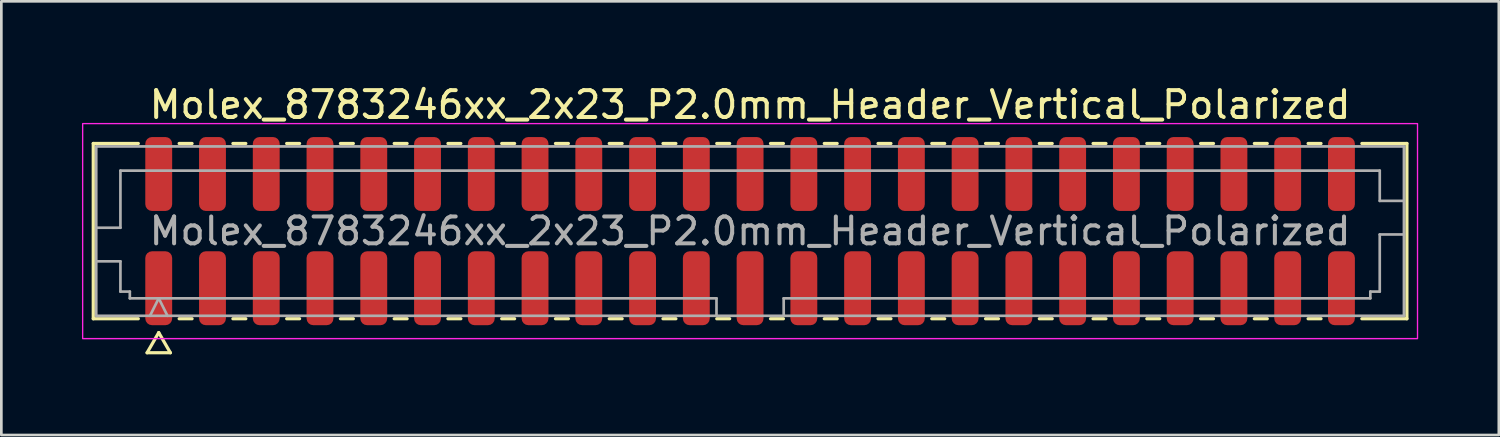
<source format=kicad_pcb>
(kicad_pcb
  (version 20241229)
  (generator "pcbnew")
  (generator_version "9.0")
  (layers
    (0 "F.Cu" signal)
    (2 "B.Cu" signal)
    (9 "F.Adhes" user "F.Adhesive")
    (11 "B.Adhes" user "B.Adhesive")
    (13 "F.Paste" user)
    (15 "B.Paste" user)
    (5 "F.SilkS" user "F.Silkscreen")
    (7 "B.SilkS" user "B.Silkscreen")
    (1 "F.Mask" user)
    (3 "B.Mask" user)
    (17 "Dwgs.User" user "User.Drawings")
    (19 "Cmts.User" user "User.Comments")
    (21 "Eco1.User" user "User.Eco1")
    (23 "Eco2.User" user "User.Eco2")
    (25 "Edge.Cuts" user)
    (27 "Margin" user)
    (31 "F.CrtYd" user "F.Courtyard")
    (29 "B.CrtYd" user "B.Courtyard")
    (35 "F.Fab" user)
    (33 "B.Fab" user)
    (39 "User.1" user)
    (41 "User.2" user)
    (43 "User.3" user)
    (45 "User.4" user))
  (footprint "Molex_8783246xx_2x23_P2.0mm_Header_Vertical_Polarized"
    (layer "F.Cu")
    (at 24.855 5.548)
    (property "Reference" "Molex_8783246xx_2x23_P2.0mm_Header_Vertical_Polarized" (at 0 -4.7 0) (layer "F.SilkS") (effects (font (size 1 1) (thickness 0.15))))
    (attr smd)
    (fp_line (start -24.435 -3.26) (end -22.76 -3.26) (stroke (width 0.12) (type solid)) (layer "F.SilkS"))
    (fp_line (start -24.435 3.26) (end -24.435 -3.26) (stroke (width 0.12) (type solid)) (layer "F.SilkS"))
    (fp_line (start -22.76 3.26) (end -24.435 3.26) (stroke (width 0.12) (type solid)) (layer "F.SilkS"))
    (fp_line (start -22.433 4.525) (end -22 3.775) (stroke (width 0.12) (type solid)) (layer "F.SilkS"))
    (fp_line (start -22 3.775) (end -21.567 4.525) (stroke (width 0.12) (type solid)) (layer "F.SilkS"))
    (fp_line (start -21.567 4.525) (end -22.433 4.525) (stroke (width 0.12) (type solid)) (layer "F.SilkS"))
    (fp_line (start -21.24 -3.26) (end -20.76 -3.26) (stroke (width 0.12) (type solid)) (layer "F.SilkS"))
    (fp_line (start -20.76 3.26) (end -21.24 3.26) (stroke (width 0.12) (type solid)) (layer "F.SilkS"))
    (fp_line (start -19.24 -3.26) (end -18.76 -3.26) (stroke (width 0.12) (type solid)) (layer "F.SilkS"))
    (fp_line (start -18.76 3.26) (end -19.24 3.26) (stroke (width 0.12) (type solid)) (layer "F.SilkS"))
    (fp_line (start -17.24 -3.26) (end -16.76 -3.26) (stroke (width 0.12) (type solid)) (layer "F.SilkS"))
    (fp_line (start -16.76 3.26) (end -17.24 3.26) (stroke (width 0.12) (type solid)) (layer "F.SilkS"))
    (fp_line (start -15.24 -3.26) (end -14.76 -3.26) (stroke (width 0.12) (type solid)) (layer "F.SilkS"))
    (fp_line (start -14.76 3.26) (end -15.24 3.26) (stroke (width 0.12) (type solid)) (layer "F.SilkS"))
    (fp_line (start -13.24 -3.26) (end -12.76 -3.26) (stroke (width 0.12) (type solid)) (layer "F.SilkS"))
    (fp_line (start -12.76 3.26) (end -13.24 3.26) (stroke (width 0.12) (type solid)) (layer "F.SilkS"))
    (fp_line (start -11.24 -3.26) (end -10.76 -3.26) (stroke (width 0.12) (type solid)) (layer "F.SilkS"))
    (fp_line (start -10.76 3.26) (end -11.24 3.26) (stroke (width 0.12) (type solid)) (layer "F.SilkS"))
    (fp_line (start -9.24 -3.26) (end -8.76 -3.26) (stroke (width 0.12) (type solid)) (layer "F.SilkS"))
    (fp_line (start -8.76 3.26) (end -9.24 3.26) (stroke (width 0.12) (type solid)) (layer "F.SilkS"))
    (fp_line (start -7.24 -3.26) (end -6.76 -3.26) (stroke (width 0.12) (type solid)) (layer "F.SilkS"))
    (fp_line (start -6.76 3.26) (end -7.24 3.26) (stroke (width 0.12) (type solid)) (layer "F.SilkS"))
    (fp_line (start -5.24 -3.26) (end -4.76 -3.26) (stroke (width 0.12) (type solid)) (layer "F.SilkS"))
    (fp_line (start -4.76 3.26) (end -5.24 3.26) (stroke (width 0.12) (type solid)) (layer "F.SilkS"))
    (fp_line (start -3.24 -3.26) (end -2.76 -3.26) (stroke (width 0.12) (type solid)) (layer "F.SilkS"))
    (fp_line (start -2.76 3.26) (end -3.24 3.26) (stroke (width 0.12) (type solid)) (layer "F.SilkS"))
    (fp_line (start -1.24 -3.26) (end -0.76 -3.26) (stroke (width 0.12) (type solid)) (layer "F.SilkS"))
    (fp_line (start -0.76 3.26) (end -1.24 3.26) (stroke (width 0.12) (type solid)) (layer "F.SilkS"))
    (fp_line (start 0.76 -3.26) (end 1.24 -3.26) (stroke (width 0.12) (type solid)) (layer "F.SilkS"))
    (fp_line (start 1.24 3.26) (end 0.76 3.26) (stroke (width 0.12) (type solid)) (layer "F.SilkS"))
    (fp_line (start 2.76 -3.26) (end 3.24 -3.26) (stroke (width 0.12) (type solid)) (layer "F.SilkS"))
    (fp_line (start 3.24 3.26) (end 2.76 3.26) (stroke (width 0.12) (type solid)) (layer "F.SilkS"))
    (fp_line (start 4.76 -3.26) (end 5.24 -3.26) (stroke (width 0.12) (type solid)) (layer "F.SilkS"))
    (fp_line (start 5.24 3.26) (end 4.76 3.26) (stroke (width 0.12) (type solid)) (layer "F.SilkS"))
    (fp_line (start 6.76 -3.26) (end 7.24 -3.26) (stroke (width 0.12) (type solid)) (layer "F.SilkS"))
    (fp_line (start 7.24 3.26) (end 6.76 3.26) (stroke (width 0.12) (type solid)) (layer "F.SilkS"))
    (fp_line (start 8.76 -3.26) (end 9.24 -3.26) (stroke (width 0.12) (type solid)) (layer "F.SilkS"))
    (fp_line (start 9.24 3.26) (end 8.76 3.26) (stroke (width 0.12) (type solid)) (layer "F.SilkS"))
    (fp_line (start 10.76 -3.26) (end 11.24 -3.26) (stroke (width 0.12) (type solid)) (layer "F.SilkS"))
    (fp_line (start 11.24 3.26) (end 10.76 3.26) (stroke (width 0.12) (type solid)) (layer "F.SilkS"))
    (fp_line (start 12.76 -3.26) (end 13.24 -3.26) (stroke (width 0.12) (type solid)) (layer "F.SilkS"))
    (fp_line (start 13.24 3.26) (end 12.76 3.26) (stroke (width 0.12) (type solid)) (layer "F.SilkS"))
    (fp_line (start 14.76 -3.26) (end 15.24 -3.26) (stroke (width 0.12) (type solid)) (layer "F.SilkS"))
    (fp_line (start 15.24 3.26) (end 14.76 3.26) (stroke (width 0.12) (type solid)) (layer "F.SilkS"))
    (fp_line (start 16.76 -3.26) (end 17.24 -3.26) (stroke (width 0.12) (type solid)) (layer "F.SilkS"))
    (fp_line (start 17.24 3.26) (end 16.76 3.26) (stroke (width 0.12) (type solid)) (layer "F.SilkS"))
    (fp_line (start 18.76 -3.26) (end 19.24 -3.26) (stroke (width 0.12) (type solid)) (layer "F.SilkS"))
    (fp_line (start 19.24 3.26) (end 18.76 3.26) (stroke (width 0.12) (type solid)) (layer "F.SilkS"))
    (fp_line (start 20.76 -3.26) (end 21.24 -3.26) (stroke (width 0.12) (type solid)) (layer "F.SilkS"))
    (fp_line (start 21.24 3.26) (end 20.76 3.26) (stroke (width 0.12) (type solid)) (layer "F.SilkS"))
    (fp_line (start 22.76 -3.26) (end 24.435 -3.26) (stroke (width 0.12) (type solid)) (layer "F.SilkS"))
    (fp_line (start 24.435 -3.26) (end 24.435 3.26) (stroke (width 0.12) (type solid)) (layer "F.SilkS"))
    (fp_line (start 24.435 3.26) (end 22.76 3.26) (stroke (width 0.12) (type solid)) (layer "F.SilkS"))
    (fp_rect (start -24.83 -4) (end 24.83 4) (stroke (width 0.05) (type solid)) (fill no) (layer "F.CrtYd"))
    (fp_line (start -24.325 -3.15) (end 24.325 -3.15) (stroke (width 0.1) (type solid)) (layer "F.Fab"))
    (fp_line (start -24.325 -0.125) (end -23.425 -0.125) (stroke (width 0.1) (type solid)) (layer "F.Fab"))
    (fp_line (start -24.325 1.125) (end -23.425 1.125) (stroke (width 0.1) (type solid)) (layer "F.Fab"))
    (fp_line (start -24.325 3.15) (end -24.325 -3.15) (stroke (width 0.1) (type solid)) (layer "F.Fab"))
    (fp_line (start -23.425 -2.25) (end 23.425 -2.25) (stroke (width 0.1) (type solid)) (layer "F.Fab"))
    (fp_line (start -23.425 -0.125) (end -23.425 -2.25) (stroke (width 0.1) (type solid)) (layer "F.Fab"))
    (fp_line (start -23.425 1.125) (end -23.425 2.25) (stroke (width 0.1) (type solid)) (layer "F.Fab"))
    (fp_line (start -23.425 2.25) (end -23.075 2.25) (stroke (width 0.1) (type solid)) (layer "F.Fab"))
    (fp_line (start -23.075 2.25) (end -23.075 2.5) (stroke (width 0.1) (type solid)) (layer "F.Fab"))
    (fp_line (start -23.075 2.5) (end -1.25 2.5) (stroke (width 0.1) (type solid)) (layer "F.Fab"))
    (fp_line (start -22.325 3.15) (end -22 2.5) (stroke (width 0.1) (type solid)) (layer "F.Fab"))
    (fp_line (start -22 2.5) (end -21.675 3.15) (stroke (width 0.1) (type solid)) (layer "F.Fab"))
    (fp_line (start -1.25 2.5) (end -1.25 3.15) (stroke (width 0.1) (type solid)) (layer "F.Fab"))
    (fp_line (start 1.25 2.5) (end 1.25 3.15) (stroke (width 0.1) (type solid)) (layer "F.Fab"))
    (fp_line (start 1.25 2.5) (end 23.075 2.5) (stroke (width 0.1) (type solid)) (layer "F.Fab"))
    (fp_line (start 23.075 2.25) (end 23.425 2.25) (stroke (width 0.1) (type solid)) (layer "F.Fab"))
    (fp_line (start 23.075 2.5) (end 23.075 2.25) (stroke (width 0.1) (type solid)) (layer "F.Fab"))
    (fp_line (start 23.425 -2.25) (end 23.425 -1.125) (stroke (width 0.1) (type solid)) (layer "F.Fab"))
    (fp_line (start 23.425 -1.125) (end 24.325 -1.125) (stroke (width 0.1) (type solid)) (layer "F.Fab"))
    (fp_line (start 23.425 0.125) (end 24.325 0.125) (stroke (width 0.1) (type solid)) (layer "F.Fab"))
    (fp_line (start 23.425 2.25) (end 23.425 0.125) (stroke (width 0.1) (type solid)) (layer "F.Fab"))
    (fp_line (start 24.325 -3.15) (end 24.325 3.15) (stroke (width 0.1) (type solid)) (layer "F.Fab"))
    (fp_line (start 24.325 3.15) (end -24.325 3.15) (stroke (width 0.1) (type solid)) (layer "F.Fab"))
    (fp_text user "${REFERENCE}" (at 0 0 0) (layer "F.Fab") (effects (font (size 1 1) (thickness 0.15))))
    (pad "1" smd roundrect (at -22 2.125) (size 1 2.75) (layers "F.Cu" "F.Mask" "F.Paste") (roundrect_rratio 0.25))
    (pad "2" smd roundrect (at -22 -2.125) (size 1 2.75) (layers "F.Cu" "F.Mask" "F.Paste") (roundrect_rratio 0.25))
    (pad "3" smd roundrect (at -20 2.125) (size 1 2.75) (layers "F.Cu" "F.Mask" "F.Paste") (roundrect_rratio 0.25))
    (pad "4" smd roundrect (at -20 -2.125) (size 1 2.75) (layers "F.Cu" "F.Mask" "F.Paste") (roundrect_rratio 0.25))
    (pad "5" smd roundrect (at -18 2.125) (size 1 2.75) (layers "F.Cu" "F.Mask" "F.Paste") (roundrect_rratio 0.25))
    (pad "6" smd roundrect (at -18 -2.125) (size 1 2.75) (layers "F.Cu" "F.Mask" "F.Paste") (roundrect_rratio 0.25))
    (pad "7" smd roundrect (at -16 2.125) (size 1 2.75) (layers "F.Cu" "F.Mask" "F.Paste") (roundrect_rratio 0.25))
    (pad "8" smd roundrect (at -16 -2.125) (size 1 2.75) (layers "F.Cu" "F.Mask" "F.Paste") (roundrect_rratio 0.25))
    (pad "9" smd roundrect (at -14 2.125) (size 1 2.75) (layers "F.Cu" "F.Mask" "F.Paste") (roundrect_rratio 0.25))
    (pad "10" smd roundrect (at -14 -2.125) (size 1 2.75) (layers "F.Cu" "F.Mask" "F.Paste") (roundrect_rratio 0.25))
    (pad "11" smd roundrect (at -12 2.125) (size 1 2.75) (layers "F.Cu" "F.Mask" "F.Paste") (roundrect_rratio 0.25))
    (pad "12" smd roundrect (at -12 -2.125) (size 1 2.75) (layers "F.Cu" "F.Mask" "F.Paste") (roundrect_rratio 0.25))
    (pad "13" smd roundrect (at -10 2.125) (size 1 2.75) (layers "F.Cu" "F.Mask" "F.Paste") (roundrect_rratio 0.25))
    (pad "14" smd roundrect (at -10 -2.125) (size 1 2.75) (layers "F.Cu" "F.Mask" "F.Paste") (roundrect_rratio 0.25))
    (pad "15" smd roundrect (at -8 2.125) (size 1 2.75) (layers "F.Cu" "F.Mask" "F.Paste") (roundrect_rratio 0.25))
    (pad "16" smd roundrect (at -8 -2.125) (size 1 2.75) (layers "F.Cu" "F.Mask" "F.Paste") (roundrect_rratio 0.25))
    (pad "17" smd roundrect (at -6 2.125) (size 1 2.75) (layers "F.Cu" "F.Mask" "F.Paste") (roundrect_rratio 0.25))
    (pad "18" smd roundrect (at -6 -2.125) (size 1 2.75) (layers "F.Cu" "F.Mask" "F.Paste") (roundrect_rratio 0.25))
    (pad "19" smd roundrect (at -4 2.125) (size 1 2.75) (layers "F.Cu" "F.Mask" "F.Paste") (roundrect_rratio 0.25))
    (pad "20" smd roundrect (at -4 -2.125) (size 1 2.75) (layers "F.Cu" "F.Mask" "F.Paste") (roundrect_rratio 0.25))
    (pad "21" smd roundrect (at -2 2.125) (size 1 2.75) (layers "F.Cu" "F.Mask" "F.Paste") (roundrect_rratio 0.25))
    (pad "22" smd roundrect (at -2 -2.125) (size 1 2.75) (layers "F.Cu" "F.Mask" "F.Paste") (roundrect_rratio 0.25))
    (pad "23" smd roundrect (at 0 2.125) (size 1 2.75) (layers "F.Cu" "F.Mask" "F.Paste") (roundrect_rratio 0.25))
    (pad "24" smd roundrect (at 0 -2.125) (size 1 2.75) (layers "F.Cu" "F.Mask" "F.Paste") (roundrect_rratio 0.25))
    (pad "25" smd roundrect (at 2 2.125) (size 1 2.75) (layers "F.Cu" "F.Mask" "F.Paste") (roundrect_rratio 0.25))
    (pad "26" smd roundrect (at 2 -2.125) (size 1 2.75) (layers "F.Cu" "F.Mask" "F.Paste") (roundrect_rratio 0.25))
    (pad "27" smd roundrect (at 4 2.125) (size 1 2.75) (layers "F.Cu" "F.Mask" "F.Paste") (roundrect_rratio 0.25))
    (pad "28" smd roundrect (at 4 -2.125) (size 1 2.75) (layers "F.Cu" "F.Mask" "F.Paste") (roundrect_rratio 0.25))
    (pad "29" smd roundrect (at 6 2.125) (size 1 2.75) (layers "F.Cu" "F.Mask" "F.Paste") (roundrect_rratio 0.25))
    (pad "30" smd roundrect (at 6 -2.125) (size 1 2.75) (layers "F.Cu" "F.Mask" "F.Paste") (roundrect_rratio 0.25))
    (pad "31" smd roundrect (at 8 2.125) (size 1 2.75) (layers "F.Cu" "F.Mask" "F.Paste") (roundrect_rratio 0.25))
    (pad "32" smd roundrect (at 8 -2.125) (size 1 2.75) (layers "F.Cu" "F.Mask" "F.Paste") (roundrect_rratio 0.25))
    (pad "33" smd roundrect (at 10 2.125) (size 1 2.75) (layers "F.Cu" "F.Mask" "F.Paste") (roundrect_rratio 0.25))
    (pad "34" smd roundrect (at 10 -2.125) (size 1 2.75) (layers "F.Cu" "F.Mask" "F.Paste") (roundrect_rratio 0.25))
    (pad "35" smd roundrect (at 12 2.125) (size 1 2.75) (layers "F.Cu" "F.Mask" "F.Paste") (roundrect_rratio 0.25))
    (pad "36" smd roundrect (at 12 -2.125) (size 1 2.75) (layers "F.Cu" "F.Mask" "F.Paste") (roundrect_rratio 0.25))
    (pad "37" smd roundrect (at 14 2.125) (size 1 2.75) (layers "F.Cu" "F.Mask" "F.Paste") (roundrect_rratio 0.25))
    (pad "38" smd roundrect (at 14 -2.125) (size 1 2.75) (layers "F.Cu" "F.Mask" "F.Paste") (roundrect_rratio 0.25))
    (pad "39" smd roundrect (at 16 2.125) (size 1 2.75) (layers "F.Cu" "F.Mask" "F.Paste") (roundrect_rratio 0.25))
    (pad "40" smd roundrect (at 16 -2.125) (size 1 2.75) (layers "F.Cu" "F.Mask" "F.Paste") (roundrect_rratio 0.25))
    (pad "41" smd roundrect (at 18 2.125) (size 1 2.75) (layers "F.Cu" "F.Mask" "F.Paste") (roundrect_rratio 0.25))
    (pad "42" smd roundrect (at 18 -2.125) (size 1 2.75) (layers "F.Cu" "F.Mask" "F.Paste") (roundrect_rratio 0.25))
    (pad "43" smd roundrect (at 20 2.125) (size 1 2.75) (layers "F.Cu" "F.Mask" "F.Paste") (roundrect_rratio 0.25))
    (pad "44" smd roundrect (at 20 -2.125) (size 1 2.75) (layers "F.Cu" "F.Mask" "F.Paste") (roundrect_rratio 0.25))
    (pad "45" smd roundrect (at 22 2.125) (size 1 2.75) (layers "F.Cu" "F.Mask" "F.Paste") (roundrect_rratio 0.25))
    (pad "46" smd roundrect (at 22 -2.125) (size 1 2.75) (layers "F.Cu" "F.Mask" "F.Paste") (roundrect_rratio 0.25)))
  (gr_rect
    (start -3 -3)
    (end 52.71 13.133)
    (stroke (width 0.1) (type default))
    (fill no)
    (layer "Edge.Cuts")))
</source>
